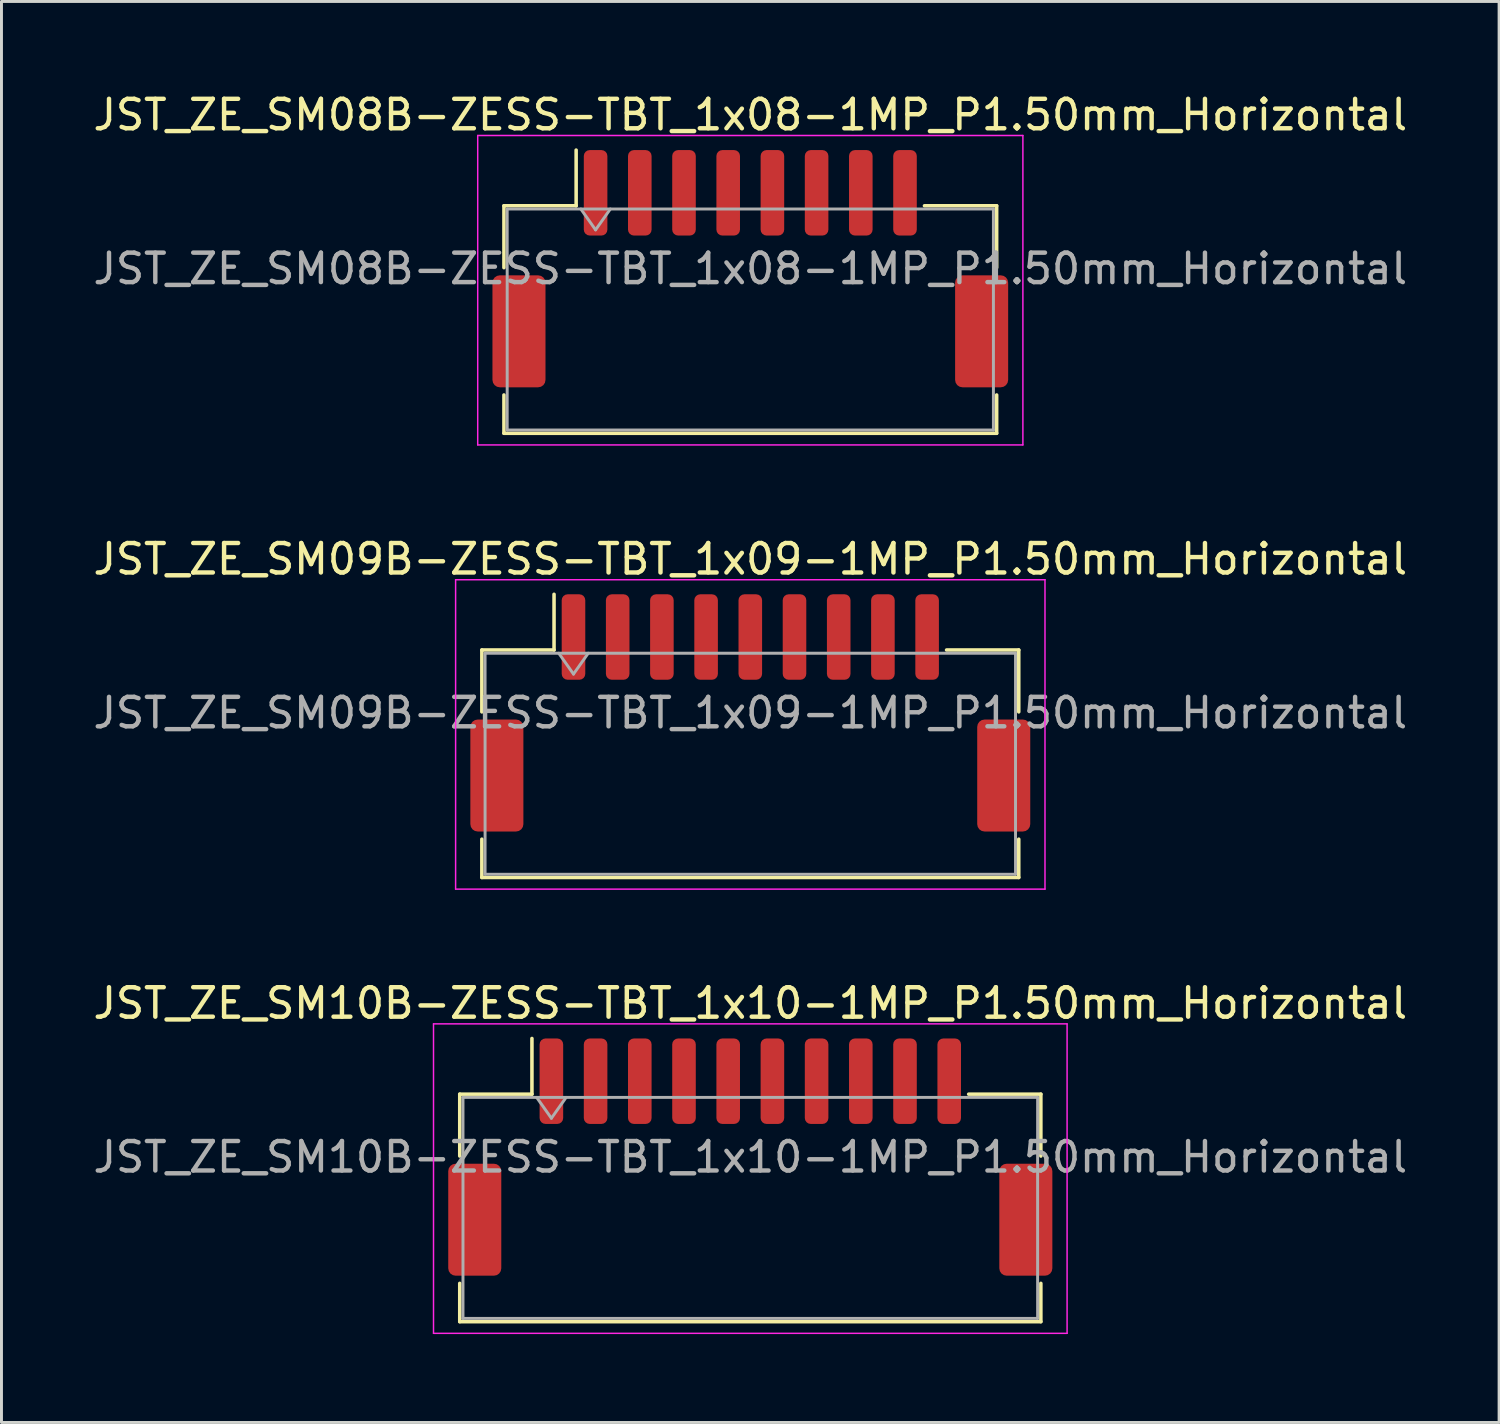
<source format=kicad_pcb>
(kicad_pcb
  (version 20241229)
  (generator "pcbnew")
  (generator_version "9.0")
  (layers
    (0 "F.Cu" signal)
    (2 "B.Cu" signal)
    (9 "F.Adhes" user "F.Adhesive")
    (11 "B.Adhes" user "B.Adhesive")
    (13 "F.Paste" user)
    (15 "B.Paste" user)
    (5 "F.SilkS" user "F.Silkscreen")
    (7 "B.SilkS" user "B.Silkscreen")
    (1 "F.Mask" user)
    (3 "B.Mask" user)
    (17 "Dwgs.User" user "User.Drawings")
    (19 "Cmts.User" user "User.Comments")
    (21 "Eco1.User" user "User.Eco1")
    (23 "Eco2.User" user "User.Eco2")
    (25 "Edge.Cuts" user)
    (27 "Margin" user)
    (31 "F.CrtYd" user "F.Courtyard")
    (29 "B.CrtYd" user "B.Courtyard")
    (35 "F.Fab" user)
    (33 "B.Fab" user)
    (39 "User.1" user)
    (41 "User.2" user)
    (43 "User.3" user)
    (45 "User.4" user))
  (footprint "JST_ZE_SM10B-ZESS-TBT_1x10-1MP_P1.50mm_Horizontal"
    (layer "F.Cu")
    (at 22.411 36.215)
    (property "Reference" "JST_ZE_SM10B-ZESS-TBT_1x10-1MP_P1.50mm_Horizontal" (at 0 -5.22 0) (layer "F.SilkS") (effects (font (size 1 1) (thickness 0.15))))
    (attr smd)
    (fp_line (start -9.86 -2.135) (end -7.41 -2.135) (stroke (width 0.12) (type solid)) (layer "F.SilkS"))
    (fp_line (start -9.86 -0.035) (end -9.86 -2.135) (stroke (width 0.12) (type solid)) (layer "F.SilkS"))
    (fp_line (start -9.86 4.285) (end -9.86 5.585) (stroke (width 0.12) (type solid)) (layer "F.SilkS"))
    (fp_line (start -9.86 5.585) (end 9.86 5.585) (stroke (width 0.12) (type solid)) (layer "F.SilkS"))
    (fp_line (start -7.41 -2.135) (end -7.41 -4.025) (stroke (width 0.12) (type solid)) (layer "F.SilkS"))
    (fp_line (start 9.86 -2.135) (end 7.41 -2.135) (stroke (width 0.12) (type solid)) (layer "F.SilkS"))
    (fp_line (start 9.86 -0.035) (end 9.86 -2.135) (stroke (width 0.12) (type solid)) (layer "F.SilkS"))
    (fp_line (start 9.86 5.585) (end 9.86 4.285) (stroke (width 0.12) (type solid)) (layer "F.SilkS"))
    (fp_line (start -10.75 -4.52) (end -10.75 5.98) (stroke (width 0.05) (type solid)) (layer "F.CrtYd"))
    (fp_line (start -10.75 5.98) (end 10.75 5.98) (stroke (width 0.05) (type solid)) (layer "F.CrtYd"))
    (fp_line (start 10.75 -4.52) (end -10.75 -4.52) (stroke (width 0.05) (type solid)) (layer "F.CrtYd"))
    (fp_line (start 10.75 5.98) (end 10.75 -4.52) (stroke (width 0.05) (type solid)) (layer "F.CrtYd"))
    (fp_line (start -9.75 -2.025) (end -9.75 5.475) (stroke (width 0.1) (type solid)) (layer "F.Fab"))
    (fp_line (start -9.75 -2.025) (end 9.75 -2.025) (stroke (width 0.1) (type solid)) (layer "F.Fab"))
    (fp_line (start -9.75 5.475) (end 9.75 5.475) (stroke (width 0.1) (type solid)) (layer "F.Fab"))
    (fp_line (start -7.25 -2.025) (end -6.75 -1.318) (stroke (width 0.1) (type solid)) (layer "F.Fab"))
    (fp_line (start -6.75 -1.318) (end -6.25 -2.025) (stroke (width 0.1) (type solid)) (layer "F.Fab"))
    (fp_line (start 9.75 -2.025) (end 9.75 5.475) (stroke (width 0.1) (type solid)) (layer "F.Fab"))
    (fp_text user "${REFERENCE}" (at 0 0 0) (layer "F.Fab") (effects (font (size 1 1) (thickness 0.15))))
    (pad "1" smd roundrect (at -6.75 -2.575) (size 0.8 2.9) (layers "F.Cu" "F.Mask" "F.Paste") (roundrect_rratio 0.25))
    (pad "2" smd roundrect (at -5.25 -2.575) (size 0.8 2.9) (layers "F.Cu" "F.Mask" "F.Paste") (roundrect_rratio 0.25))
    (pad "3" smd roundrect (at -3.75 -2.575) (size 0.8 2.9) (layers "F.Cu" "F.Mask" "F.Paste") (roundrect_rratio 0.25))
    (pad "4" smd roundrect (at -2.25 -2.575) (size 0.8 2.9) (layers "F.Cu" "F.Mask" "F.Paste") (roundrect_rratio 0.25))
    (pad "5" smd roundrect (at -0.75 -2.575) (size 0.8 2.9) (layers "F.Cu" "F.Mask" "F.Paste") (roundrect_rratio 0.25))
    (pad "6" smd roundrect (at 0.75 -2.575) (size 0.8 2.9) (layers "F.Cu" "F.Mask" "F.Paste") (roundrect_rratio 0.25))
    (pad "7" smd roundrect (at 2.25 -2.575) (size 0.8 2.9) (layers "F.Cu" "F.Mask" "F.Paste") (roundrect_rratio 0.25))
    (pad "8" smd roundrect (at 3.75 -2.575) (size 0.8 2.9) (layers "F.Cu" "F.Mask" "F.Paste") (roundrect_rratio 0.25))
    (pad "9" smd roundrect (at 5.25 -2.575) (size 0.8 2.9) (layers "F.Cu" "F.Mask" "F.Paste") (roundrect_rratio 0.25))
    (pad "10" smd roundrect (at 6.75 -2.575) (size 0.8 2.9) (layers "F.Cu" "F.Mask" "F.Paste") (roundrect_rratio 0.25))
    (pad "MP" smd roundrect (at -9.35 2.125) (size 1.8 3.8) (layers "F.Cu" "F.Mask" "F.Paste") (roundrect_rratio 0.139))
    (pad "MP" smd roundrect (at 9.35 2.125) (size 1.8 3.8) (layers "F.Cu" "F.Mask" "F.Paste") (roundrect_rratio 0.139)))
  (footprint "JST_ZE_SM08B-ZESS-TBT_1x08-1MP_P1.50mm_Horizontal"
    (layer "F.Cu")
    (at 22.411 6.068)
    (property "Reference" "JST_ZE_SM08B-ZESS-TBT_1x08-1MP_P1.50mm_Horizontal" (at 0 -5.22 0) (layer "F.SilkS") (effects (font (size 1 1) (thickness 0.15))))
    (attr smd)
    (fp_line (start -8.36 -2.135) (end -5.91 -2.135) (stroke (width 0.12) (type solid)) (layer "F.SilkS"))
    (fp_line (start -8.36 -0.035) (end -8.36 -2.135) (stroke (width 0.12) (type solid)) (layer "F.SilkS"))
    (fp_line (start -8.36 4.285) (end -8.36 5.585) (stroke (width 0.12) (type solid)) (layer "F.SilkS"))
    (fp_line (start -8.36 5.585) (end 8.36 5.585) (stroke (width 0.12) (type solid)) (layer "F.SilkS"))
    (fp_line (start -5.91 -2.135) (end -5.91 -4.025) (stroke (width 0.12) (type solid)) (layer "F.SilkS"))
    (fp_line (start 8.36 -2.135) (end 5.91 -2.135) (stroke (width 0.12) (type solid)) (layer "F.SilkS"))
    (fp_line (start 8.36 -0.035) (end 8.36 -2.135) (stroke (width 0.12) (type solid)) (layer "F.SilkS"))
    (fp_line (start 8.36 5.585) (end 8.36 4.285) (stroke (width 0.12) (type solid)) (layer "F.SilkS"))
    (fp_line (start -9.25 -4.52) (end -9.25 5.98) (stroke (width 0.05) (type solid)) (layer "F.CrtYd"))
    (fp_line (start -9.25 5.98) (end 9.25 5.98) (stroke (width 0.05) (type solid)) (layer "F.CrtYd"))
    (fp_line (start 9.25 -4.52) (end -9.25 -4.52) (stroke (width 0.05) (type solid)) (layer "F.CrtYd"))
    (fp_line (start 9.25 5.98) (end 9.25 -4.52) (stroke (width 0.05) (type solid)) (layer "F.CrtYd"))
    (fp_line (start -8.25 -2.025) (end -8.25 5.475) (stroke (width 0.1) (type solid)) (layer "F.Fab"))
    (fp_line (start -8.25 -2.025) (end 8.25 -2.025) (stroke (width 0.1) (type solid)) (layer "F.Fab"))
    (fp_line (start -8.25 5.475) (end 8.25 5.475) (stroke (width 0.1) (type solid)) (layer "F.Fab"))
    (fp_line (start -5.75 -2.025) (end -5.25 -1.318) (stroke (width 0.1) (type solid)) (layer "F.Fab"))
    (fp_line (start -5.25 -1.318) (end -4.75 -2.025) (stroke (width 0.1) (type solid)) (layer "F.Fab"))
    (fp_line (start 8.25 -2.025) (end 8.25 5.475) (stroke (width 0.1) (type solid)) (layer "F.Fab"))
    (fp_text user "${REFERENCE}" (at 0 0 0) (layer "F.Fab") (effects (font (size 1 1) (thickness 0.15))))
    (pad "1" smd roundrect (at -5.25 -2.575) (size 0.8 2.9) (layers "F.Cu" "F.Mask" "F.Paste") (roundrect_rratio 0.25))
    (pad "2" smd roundrect (at -3.75 -2.575) (size 0.8 2.9) (layers "F.Cu" "F.Mask" "F.Paste") (roundrect_rratio 0.25))
    (pad "3" smd roundrect (at -2.25 -2.575) (size 0.8 2.9) (layers "F.Cu" "F.Mask" "F.Paste") (roundrect_rratio 0.25))
    (pad "4" smd roundrect (at -0.75 -2.575) (size 0.8 2.9) (layers "F.Cu" "F.Mask" "F.Paste") (roundrect_rratio 0.25))
    (pad "5" smd roundrect (at 0.75 -2.575) (size 0.8 2.9) (layers "F.Cu" "F.Mask" "F.Paste") (roundrect_rratio 0.25))
    (pad "6" smd roundrect (at 2.25 -2.575) (size 0.8 2.9) (layers "F.Cu" "F.Mask" "F.Paste") (roundrect_rratio 0.25))
    (pad "7" smd roundrect (at 3.75 -2.575) (size 0.8 2.9) (layers "F.Cu" "F.Mask" "F.Paste") (roundrect_rratio 0.25))
    (pad "8" smd roundrect (at 5.25 -2.575) (size 0.8 2.9) (layers "F.Cu" "F.Mask" "F.Paste") (roundrect_rratio 0.25))
    (pad "MP" smd roundrect (at -7.85 2.125) (size 1.8 3.8) (layers "F.Cu" "F.Mask" "F.Paste") (roundrect_rratio 0.139))
    (pad "MP" smd roundrect (at 7.85 2.125) (size 1.8 3.8) (layers "F.Cu" "F.Mask" "F.Paste") (roundrect_rratio 0.139)))
  (footprint "JST_ZE_SM09B-ZESS-TBT_1x09-1MP_P1.50mm_Horizontal"
    (layer "F.Cu")
    (at 22.411 21.142)
    (property "Reference" "JST_ZE_SM09B-ZESS-TBT_1x09-1MP_P1.50mm_Horizontal" (at 0 -5.22 0) (layer "F.SilkS") (effects (font (size 1 1) (thickness 0.15))))
    (attr smd)
    (fp_line (start -9.11 -2.135) (end -6.66 -2.135) (stroke (width 0.12) (type solid)) (layer "F.SilkS"))
    (fp_line (start -9.11 -0.035) (end -9.11 -2.135) (stroke (width 0.12) (type solid)) (layer "F.SilkS"))
    (fp_line (start -9.11 4.285) (end -9.11 5.585) (stroke (width 0.12) (type solid)) (layer "F.SilkS"))
    (fp_line (start -9.11 5.585) (end 9.11 5.585) (stroke (width 0.12) (type solid)) (layer "F.SilkS"))
    (fp_line (start -6.66 -2.135) (end -6.66 -4.025) (stroke (width 0.12) (type solid)) (layer "F.SilkS"))
    (fp_line (start 9.11 -2.135) (end 6.66 -2.135) (stroke (width 0.12) (type solid)) (layer "F.SilkS"))
    (fp_line (start 9.11 -0.035) (end 9.11 -2.135) (stroke (width 0.12) (type solid)) (layer "F.SilkS"))
    (fp_line (start 9.11 5.585) (end 9.11 4.285) (stroke (width 0.12) (type solid)) (layer "F.SilkS"))
    (fp_line (start -10 -4.52) (end -10 5.98) (stroke (width 0.05) (type solid)) (layer "F.CrtYd"))
    (fp_line (start -10 5.98) (end 10 5.98) (stroke (width 0.05) (type solid)) (layer "F.CrtYd"))
    (fp_line (start 10 -4.52) (end -10 -4.52) (stroke (width 0.05) (type solid)) (layer "F.CrtYd"))
    (fp_line (start 10 5.98) (end 10 -4.52) (stroke (width 0.05) (type solid)) (layer "F.CrtYd"))
    (fp_line (start -9 -2.025) (end -9 5.475) (stroke (width 0.1) (type solid)) (layer "F.Fab"))
    (fp_line (start -9 -2.025) (end 9 -2.025) (stroke (width 0.1) (type solid)) (layer "F.Fab"))
    (fp_line (start -9 5.475) (end 9 5.475) (stroke (width 0.1) (type solid)) (layer "F.Fab"))
    (fp_line (start -6.5 -2.025) (end -6 -1.318) (stroke (width 0.1) (type solid)) (layer "F.Fab"))
    (fp_line (start -6 -1.318) (end -5.5 -2.025) (stroke (width 0.1) (type solid)) (layer "F.Fab"))
    (fp_line (start 9 -2.025) (end 9 5.475) (stroke (width 0.1) (type solid)) (layer "F.Fab"))
    (fp_text user "${REFERENCE}" (at 0 0 0) (layer "F.Fab") (effects (font (size 1 1) (thickness 0.15))))
    (pad "1" smd roundrect (at -6 -2.575) (size 0.8 2.9) (layers "F.Cu" "F.Mask" "F.Paste") (roundrect_rratio 0.25))
    (pad "2" smd roundrect (at -4.5 -2.575) (size 0.8 2.9) (layers "F.Cu" "F.Mask" "F.Paste") (roundrect_rratio 0.25))
    (pad "3" smd roundrect (at -3 -2.575) (size 0.8 2.9) (layers "F.Cu" "F.Mask" "F.Paste") (roundrect_rratio 0.25))
    (pad "4" smd roundrect (at -1.5 -2.575) (size 0.8 2.9) (layers "F.Cu" "F.Mask" "F.Paste") (roundrect_rratio 0.25))
    (pad "5" smd roundrect (at 0 -2.575) (size 0.8 2.9) (layers "F.Cu" "F.Mask" "F.Paste") (roundrect_rratio 0.25))
    (pad "6" smd roundrect (at 1.5 -2.575) (size 0.8 2.9) (layers "F.Cu" "F.Mask" "F.Paste") (roundrect_rratio 0.25))
    (pad "7" smd roundrect (at 3 -2.575) (size 0.8 2.9) (layers "F.Cu" "F.Mask" "F.Paste") (roundrect_rratio 0.25))
    (pad "8" smd roundrect (at 4.5 -2.575) (size 0.8 2.9) (layers "F.Cu" "F.Mask" "F.Paste") (roundrect_rratio 0.25))
    (pad "9" smd roundrect (at 6 -2.575) (size 0.8 2.9) (layers "F.Cu" "F.Mask" "F.Paste") (roundrect_rratio 0.25))
    (pad "MP" smd roundrect (at -8.6 2.125) (size 1.8 3.8) (layers "F.Cu" "F.Mask" "F.Paste") (roundrect_rratio 0.139))
    (pad "MP" smd roundrect (at 8.6 2.125) (size 1.8 3.8) (layers "F.Cu" "F.Mask" "F.Paste") (roundrect_rratio 0.139)))
  (gr_rect
    (start -3 -3)
    (end 47.821 45.22)
    (stroke (width 0.1) (type default))
    (fill no)
    (layer "Edge.Cuts")))
</source>
